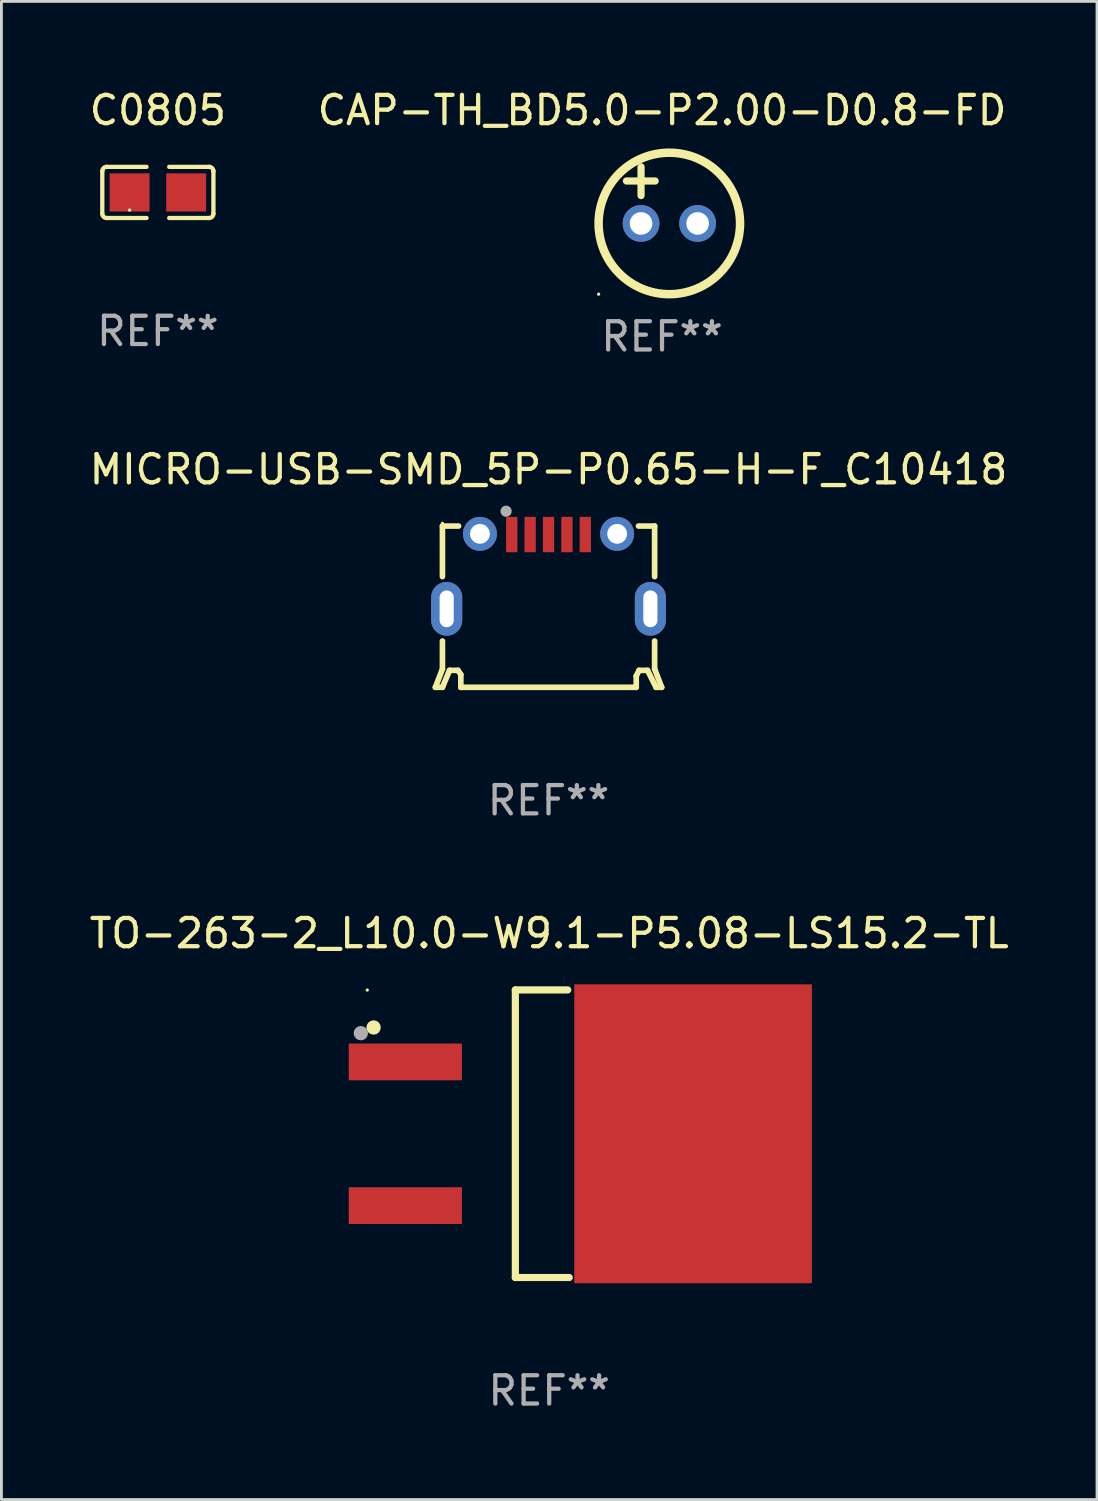
<source format=kicad_pcb>
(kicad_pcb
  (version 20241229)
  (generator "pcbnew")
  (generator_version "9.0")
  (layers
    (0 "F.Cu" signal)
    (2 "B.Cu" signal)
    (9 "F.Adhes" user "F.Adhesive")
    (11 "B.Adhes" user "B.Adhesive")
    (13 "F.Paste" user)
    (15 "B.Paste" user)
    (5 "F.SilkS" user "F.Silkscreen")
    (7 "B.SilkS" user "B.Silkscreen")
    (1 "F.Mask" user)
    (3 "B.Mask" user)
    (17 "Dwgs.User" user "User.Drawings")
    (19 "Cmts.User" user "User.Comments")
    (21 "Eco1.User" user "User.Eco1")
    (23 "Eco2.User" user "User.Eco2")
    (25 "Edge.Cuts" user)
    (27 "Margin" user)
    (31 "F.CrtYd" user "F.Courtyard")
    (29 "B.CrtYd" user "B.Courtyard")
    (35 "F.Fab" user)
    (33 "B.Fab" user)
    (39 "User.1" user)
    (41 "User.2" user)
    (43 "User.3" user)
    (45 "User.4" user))
  (footprint "CAP-TH_BD5.0-P2.00-D0.8-FD"
    (layer "F.Cu")
    (at 20.609 4.848)
    (property "Reference" "CAP-TH_BD5.0-P2.00-D0.8-FD" (at -0.258 -4 0) (layer "F.SilkS") (effects (font (size 1 1) (thickness 0.15))))
    (attr through_hole)
    (fp_line (start -1.516 -1.5) (end -0.5 -1.5) (stroke (width 0.254) (type solid)) (layer "F.SilkS"))
    (fp_line (start -1 -2) (end -1 -0.984) (stroke (width 0.254) (type solid)) (layer "F.SilkS"))
    (fp_circle (center -2.5 2.5) (end -2.47 2.5) (stroke (width 0.06) (type solid)) (fill no) (layer "F.SilkS"))
    (fp_circle (center 0 0) (end 2.5 0) (stroke (width 0.3) (type solid)) (fill no) (layer "F.SilkS"))
    (fp_text user "REF**" (at -0.258 4 0) (layer "F.Fab") (effects (font (size 1 1) (thickness 0.15))))
    (pad "1" thru_hole circle (at -1 0) (size 1.3 1.3) (drill 0.8) (layers "*.Cu" "*.Mask"))
    (pad "2" thru_hole circle (at 1 0) (size 1.3 1.3) (drill 0.8) (layers "*.Cu" "*.Mask")))
  (footprint "MICRO-USB-SMD_5P-P0.65-H-F_C10418"
    (layer "F.Cu")
    (at 16.339 17.145)
    (property "Reference" "MICRO-USB-SMD_5P-P0.65-H-F_C10418" (at 0 -3.6 0) (layer "F.SilkS") (effects (font (size 1 1) (thickness 0.15))))
    (attr through_hole)
    (fp_line (start -4 4.1) (end -3.75 4.1) (stroke (width 0.2) (type solid)) (layer "F.SilkS"))
    (fp_line (start -3.75 3.45) (end -4 4.1) (stroke (width 0.2) (type solid)) (layer "F.SilkS"))
    (fp_line (start -3.75 4.1) (end -3.5 3.5) (stroke (width 0.2) (type solid)) (layer "F.SilkS"))
    (fp_line (start -3.75 -1.6) (end -3.75 0.186) (stroke (width 0.2) (type solid)) (layer "F.SilkS"))
    (fp_line (start -3.75 2.464) (end -3.75 3.45) (stroke (width 0.2) (type solid)) (layer "F.SilkS"))
    (fp_line (start -3.5 3.5) (end -3.2 3.5) (stroke (width 0.2) (type solid)) (layer "F.SilkS"))
    (fp_line (start -3.2 3.5) (end -3.1 3.65) (stroke (width 0.2) (type solid)) (layer "F.SilkS"))
    (fp_line (start -3.18 -1.6) (end -3.75 -1.6) (stroke (width 0.2) (type solid)) (layer "F.SilkS"))
    (fp_line (start -3.1 4.1) (end 3.1 4.1) (stroke (width 0.2) (type solid)) (layer "F.SilkS"))
    (fp_line (start -3.1 3.65) (end -3.1 4.1) (stroke (width 0.2) (type solid)) (layer "F.SilkS"))
    (fp_line (start 3.1 3.7) (end 3.2 3.5) (stroke (width 0.2) (type solid)) (layer "F.SilkS"))
    (fp_line (start 3.1 4.1) (end 3.1 3.7) (stroke (width 0.2) (type solid)) (layer "F.SilkS"))
    (fp_line (start 3.18 -1.6) (end 3.75 -1.6) (stroke (width 0.2) (type solid)) (layer "F.SilkS"))
    (fp_line (start 3.2 3.5) (end 3.5 3.5) (stroke (width 0.2) (type solid)) (layer "F.SilkS"))
    (fp_line (start 3.5 3.5) (end 3.8 4.1) (stroke (width 0.2) (type solid)) (layer "F.SilkS"))
    (fp_line (start 3.75 -1.6) (end 3.75 0.186) (stroke (width 0.2) (type solid)) (layer "F.SilkS"))
    (fp_line (start 3.75 2.464) (end 3.75 3.45) (stroke (width 0.2) (type solid)) (layer "F.SilkS"))
    (fp_line (start 3.8 4.1) (end 4 4.1) (stroke (width 0.2) (type solid)) (layer "F.SilkS"))
    (fp_line (start 4 4.1) (end 3.75 3.45) (stroke (width 0.2) (type solid)) (layer "F.SilkS"))
    (fp_circle (center -3.75 -1.695) (end -3.72 -1.695) (stroke (width 0.06) (type solid)) (fill no) (layer "F.SilkS"))
    (fp_circle (center -1.5 -2.125) (end -1.4 -2.125) (stroke (width 0.2) (type solid)) (fill no) (layer "F.Fab"))
    (fp_text user "REF**" (at 0 8.1 0) (layer "F.Fab") (effects (font (size 1 1) (thickness 0.15))))
    (pad "1" smd rect (at -1.3 -1.3 270) (size 1.25 0.4) (layers "F.Cu" "F.Mask" "F.Paste"))
    (pad "2" smd rect (at -0.65 -1.3 270) (size 1.25 0.4) (layers "F.Cu" "F.Mask" "F.Paste"))
    (pad "3" smd rect (at 0 -1.3 270) (size 1.25 0.4) (layers "F.Cu" "F.Mask" "F.Paste"))
    (pad "4" smd rect (at 0.65 -1.3 270) (size 1.25 0.4) (layers "F.Cu" "F.Mask" "F.Paste"))
    (pad "5" smd rect (at 1.3 -1.3 270) (size 1.25 0.4) (layers "F.Cu" "F.Mask" "F.Paste"))
    (pad "SH0" thru_hole circle (at -2.425 -1.325) (size 1.2 1.2) (drill 0.7) (layers "*.Cu" "*.Mask"))
    (pad "SH1" thru_hole oval (at -3.6 1.325) (size 1.1 1.9) (drill oval 0.5 1.3) (layers "*.Cu" "*.Mask"))
    (pad "SH2" thru_hole oval (at 3.6 1.325) (size 1.1 1.9) (drill oval 0.5 1.3) (layers "*.Cu" "*.Mask"))
    (pad "SH3" thru_hole circle (at 2.425 -1.325) (size 1.2 1.2) (drill 0.7) (layers "*.Cu" "*.Mask")))
  (footprint "C0805"
    (layer "F.Cu")
    (at 2.53 3.752)
    (property "Reference" "C0805" (at 0 -2.904 0) (layer "F.SilkS") (effects (font (size 1 1) (thickness 0.15))))
    (attr smd)
    (fp_line (start -1.964 0.751) (end -1.964 -0.751) (stroke (width 0.152) (type solid)) (layer "F.SilkS"))
    (fp_line (start -1.811 -0.904) (end -0.401 -0.904) (stroke (width 0.152) (type solid)) (layer "F.SilkS"))
    (fp_line (start -0.401 0.904) (end -1.811 0.904) (stroke (width 0.152) (type solid)) (layer "F.SilkS"))
    (fp_line (start 0.401 0.904) (end 1.811 0.904) (stroke (width 0.152) (type solid)) (layer "F.SilkS"))
    (fp_line (start 1.811 -0.904) (end 0.401 -0.904) (stroke (width 0.152) (type solid)) (layer "F.SilkS"))
    (fp_line (start 1.964 0.751) (end 1.964 -0.751) (stroke (width 0.152) (type solid)) (layer "F.SilkS"))
    (fp_arc (start -1.963602 -0.751207) (mid -1.918965 -0.858971) (end -1.811201 -0.903608) (stroke (width 0.1524) (type solid)) (layer "F.SilkS"))
    (fp_arc (start -1.811201 0.903607) (mid -1.918964 0.85897) (end -1.963601 0.751207) (stroke (width 0.1524) (type solid)) (layer "F.SilkS"))
    (fp_arc (start 1.811201 -0.903607) (mid 1.918964 -0.85897) (end 1.963601 -0.751207) (stroke (width 0.1524) (type solid)) (layer "F.SilkS"))
    (fp_arc (start 1.963602 0.751207) (mid 1.918965 0.858971) (end 1.811201 0.903608) (stroke (width 0.1524) (type solid)) (layer "F.SilkS"))
    (fp_circle (center -1 0.625) (end -0.97 0.625) (stroke (width 0.06) (type solid)) (fill no) (layer "F.SilkS"))
    (fp_text user "REF**" (at 0 4.904 0) (layer "F.Fab") (effects (font (size 1 1) (thickness 0.15))))
    (pad "1" smd rect (at -1 0) (size 1.41 1.35) (layers "F.Cu" "F.Mask" "F.Paste"))
    (pad "2" smd rect (at 1 0) (size 1.41 1.35) (layers "F.Cu" "F.Mask" "F.Paste")))
  (footprint "TO-263-2_L10.0-W9.1-P5.08-LS15.2-TL"
    (layer "F.Cu")
    (at 16.363 37.026)
    (property "Reference" "TO-263-2_L10.0-W9.1-P5.08-LS15.2-TL" (at 0 -7.085 0) (layer "F.SilkS") (effects (font (size 1 1) (thickness 0.15))))
    (attr smd)
    (fp_line (start -1.197 -5.085) (end -1.197 5.08) (stroke (width 0.254) (type solid)) (layer "F.SilkS"))
    (fp_line (start -1.197 5.08) (end 0.708 5.08) (stroke (width 0.254) (type solid)) (layer "F.SilkS"))
    (fp_line (start 0.655 -5.085) (end -1.197 -5.085) (stroke (width 0.254) (type solid)) (layer "F.SilkS"))
    (fp_circle (center -6.432 -5.08) (end -6.402 -5.08) (stroke (width 0.06) (type solid)) (fill no) (layer "F.SilkS"))
    (fp_circle (center -6.208 -3.757) (end -6.081 -3.757) (stroke (width 0.254) (type solid)) (fill no) (layer "F.SilkS"))
    (fp_circle (center -6.658 -3.556) (end -6.531 -3.556) (stroke (width 0.254) (type solid)) (fill no) (layer "F.Fab"))
    (fp_text user "REF**" (at 0 9.08 0) (layer "F.Fab") (effects (font (size 1 1) (thickness 0.15))))
    (pad "1" smd rect (at -5.086 -2.54) (size 4 1.3) (layers "F.Cu" "F.Mask" "F.Paste"))
    (pad "3" smd rect (at -5.086 2.54) (size 4 1.3) (layers "F.Cu" "F.Mask" "F.Paste"))
    (pad "4" smd rect (at 5.086 0) (size 8.4 10.566) (layers "F.Cu" "F.Mask" "F.Paste")))
  (gr_rect
    (start -3 -3)
    (end 35.726 49.955)
    (stroke (width 0.1) (type default))
    (fill no)
    (layer "Edge.Cuts")))
</source>
